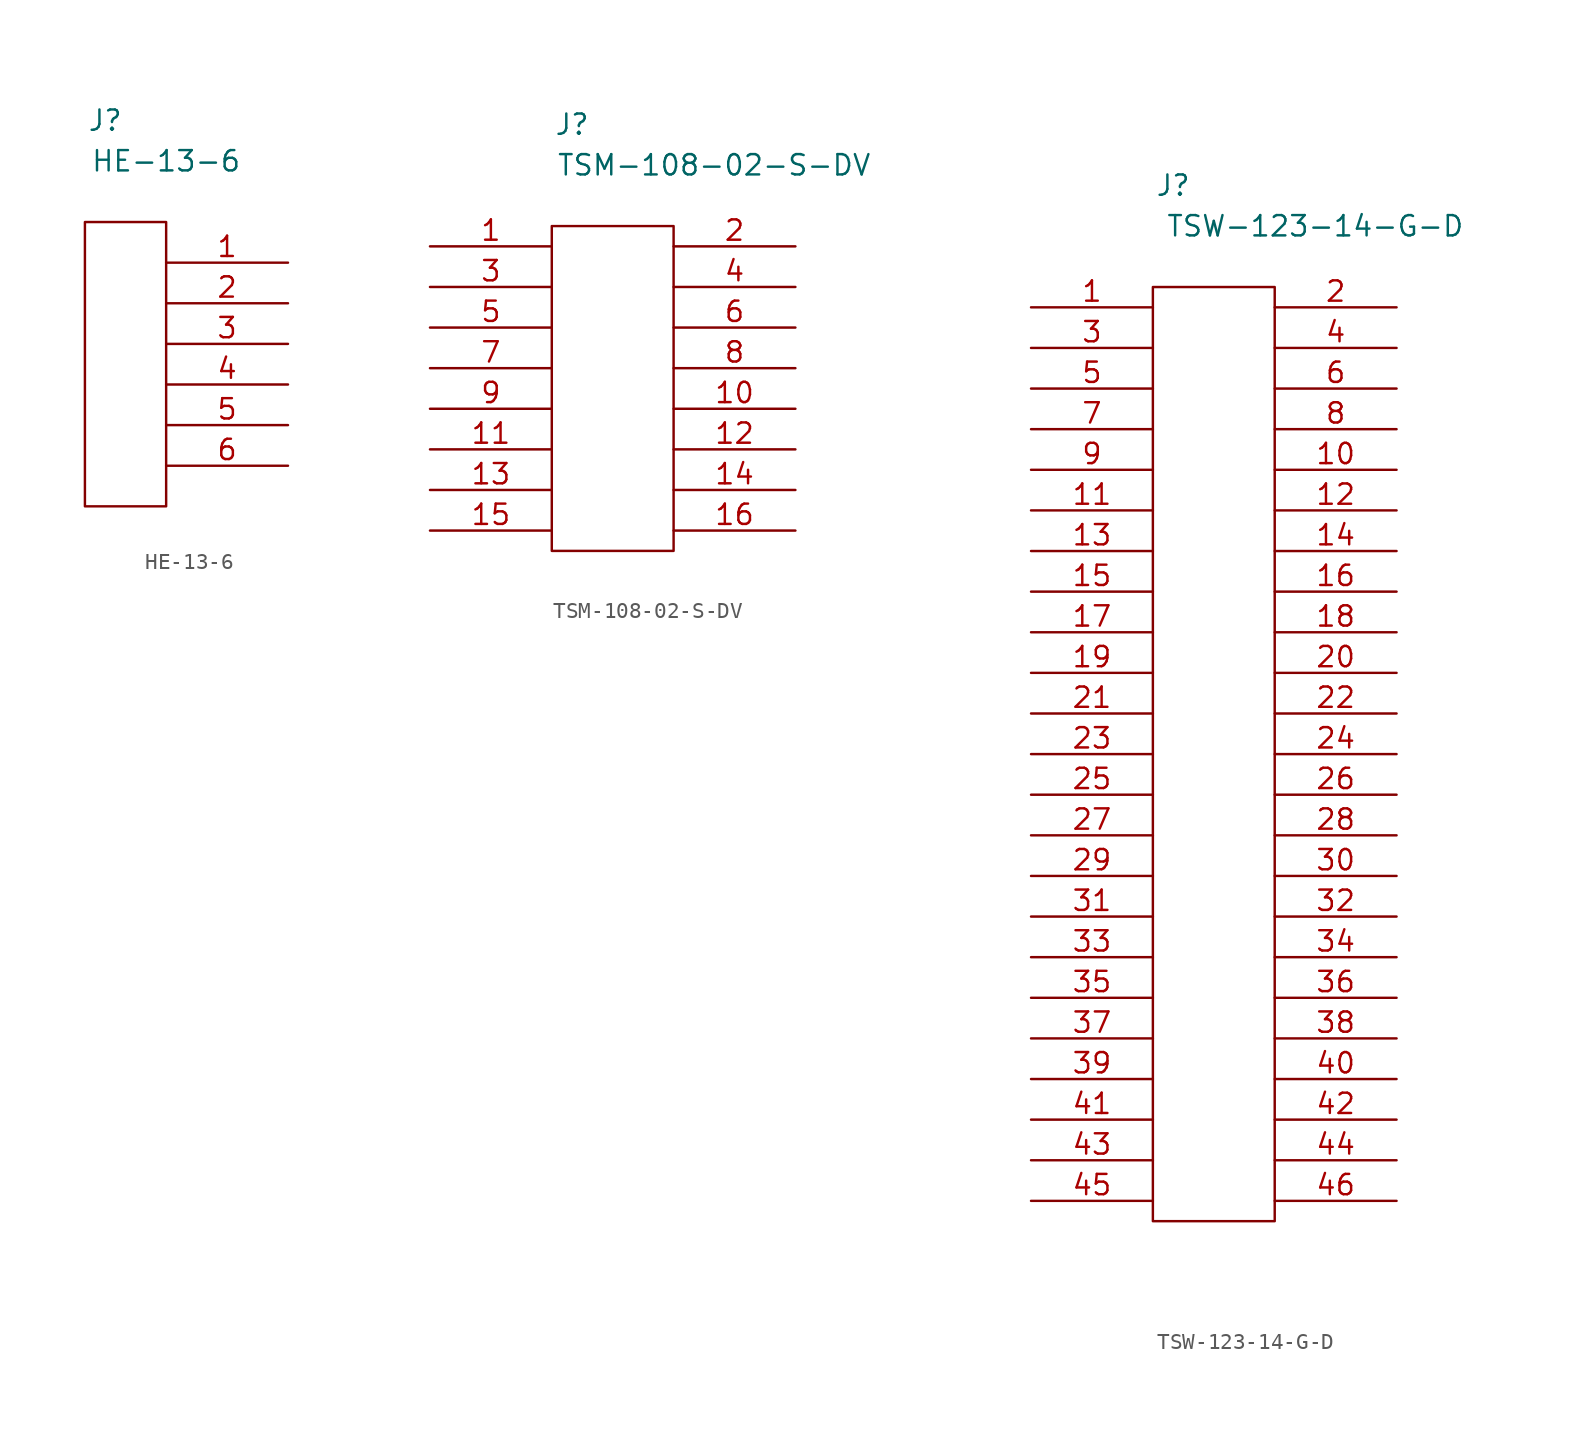
<source format=kicad_sym>
(kicad_symbol_lib
  (version 20230620)
  (generator kicad_symbol_editor)
  (symbol "HE-13-6"
    (pin_names
      (offset 1.016) hide)
    (property "Reference" "J"
      (at -11.43 8.89 0)
      (effects (font (size 1.27 1.27))))
    (property "Value" "HE-13-6"
      (at -7.62 6.35 0)
      (effects (font (size 1.27 1.27))))
    (property "Datasheet" ""
      (at 0 0 0)
      (effects (font (size 1.27 1.27))))
    (symbol "HE-13-6_0_1"
      (rectangle (start -7.62 2.54) (end -12.7 -15.24) (stroke (width 0) (type default)) (fill (type none))))
    (symbol "HE-13-6_1_1"
      (pin passive line (at 0 0 180) (length 7.62) (name "1" (effects (font (size 1.27 1.27)))) (number "1" (effects (font (size 1.27 1.27)))))
      (pin passive line (at 0 -2.54 180) (length 7.62) (name "2" (effects (font (size 1.27 1.27)))) (number "2" (effects (font (size 1.27 1.27)))))
      (pin passive line (at 0 -5.08 180) (length 7.62) (name "3" (effects (font (size 1.27 1.27)))) (number "3" (effects (font (size 1.27 1.27)))))
      (pin passive line (at 0 -7.62 180) (length 7.62) (name "4" (effects (font (size 1.27 1.27)))) (number "4" (effects (font (size 1.27 1.27)))))
      (pin passive line (at 0 -10.16 180) (length 7.62) (name "5" (effects (font (size 1.27 1.27)))) (number "5" (effects (font (size 1.27 1.27)))))
      (pin passive line (at 0 -12.7 180) (length 7.62) (name "6" (effects (font (size 1.27 1.27)))) (number "6" (effects (font (size 1.27 1.27)))))))
  (symbol "TSM-108-02-S-DV"
    (pin_names
      (offset 1.016) hide)
    (property "Reference" "J"
      (at 8.89 7.62 0)
      (effects (font (size 1.27 1.27))))
    (property "Value" "TSM-108-02-S-DV"
      (at 17.78 5.08 0)
      (effects (font (size 1.27 1.27))))
    (property "Datasheet" ""
      (at 0 0 0)
      (effects (font (size 1.27 1.27))))
    (symbol "TSM-108-02-S-DV_0_1"
      (rectangle (start 7.62 1.27) (end 15.24 -19.05) (stroke (width 0) (type default)) (fill (type none))))
    (symbol "TSM-108-02-S-DV_1_1"
      (pin passive line (at 0 0 0) (length 7.62) (name "1" (effects (font (size 1.27 1.27)))) (number "1" (effects (font (size 1.27 1.27)))))
      (pin passive line (at 22.86 -10.16 180) (length 7.62) (name "10" (effects (font (size 1.27 1.27)))) (number "10" (effects (font (size 1.27 1.27)))))
      (pin passive line (at 0 -12.7 0) (length 7.62) (name "11" (effects (font (size 1.27 1.27)))) (number "11" (effects (font (size 1.27 1.27)))))
      (pin passive line (at 22.86 -12.7 180) (length 7.62) (name "12" (effects (font (size 1.27 1.27)))) (number "12" (effects (font (size 1.27 1.27)))))
      (pin passive line (at 0 -15.24 0) (length 7.62) (name "13" (effects (font (size 1.27 1.27)))) (number "13" (effects (font (size 1.27 1.27)))))
      (pin passive line (at 22.86 -15.24 180) (length 7.62) (name "14" (effects (font (size 1.27 1.27)))) (number "14" (effects (font (size 1.27 1.27)))))
      (pin passive line (at 0 -17.78 0) (length 7.62) (name "15" (effects (font (size 1.27 1.27)))) (number "15" (effects (font (size 1.27 1.27)))))
      (pin passive line (at 22.86 -17.78 180) (length 7.62) (name "16" (effects (font (size 1.27 1.27)))) (number "16" (effects (font (size 1.27 1.27)))))
      (pin passive line (at 22.86 0 180) (length 7.62) (name "2" (effects (font (size 1.27 1.27)))) (number "2" (effects (font (size 1.27 1.27)))))
      (pin passive line (at 0 -2.54 0) (length 7.62) (name "3" (effects (font (size 1.27 1.27)))) (number "3" (effects (font (size 1.27 1.27)))))
      (pin passive line (at 22.86 -2.54 180) (length 7.62) (name "4" (effects (font (size 1.27 1.27)))) (number "4" (effects (font (size 1.27 1.27)))))
      (pin passive line (at 0 -5.08 0) (length 7.62) (name "5" (effects (font (size 1.27 1.27)))) (number "5" (effects (font (size 1.27 1.27)))))
      (pin passive line (at 22.86 -5.08 180) (length 7.62) (name "6" (effects (font (size 1.27 1.27)))) (number "6" (effects (font (size 1.27 1.27)))))
      (pin passive line (at 0 -7.62 0) (length 7.62) (name "7" (effects (font (size 1.27 1.27)))) (number "7" (effects (font (size 1.27 1.27)))))
      (pin passive line (at 22.86 -7.62 180) (length 7.62) (name "8" (effects (font (size 1.27 1.27)))) (number "8" (effects (font (size 1.27 1.27)))))
      (pin passive line (at 0 -10.16 0) (length 7.62) (name "9" (effects (font (size 1.27 1.27)))) (number "9" (effects (font (size 1.27 1.27)))))))
  (symbol "TSW-123-14-G-D"
    (pin_names
      (offset 1.016) hide)
    (property "Reference" "J"
      (at 8.89 7.62 0)
      (effects (font (size 1.27 1.27))))
    (property "Value" "TSW-123-14-G-D"
      (at 17.78 5.08 0)
      (effects (font (size 1.27 1.27))))
    (property "Datasheet" ""
      (at 0 0 0)
      (effects (font (size 1.27 1.27))))
    (symbol "TSW-123-14-G-D_0_1"
      (rectangle (start 7.62 1.27) (end 15.24 -57.15) (stroke (width 0) (type default)) (fill (type none))))
    (symbol "TSW-123-14-G-D_1_1"
      (pin passive line (at 0 0 0) (length 7.62) (name "1" (effects (font (size 1.27 1.27)))) (number "1" (effects (font (size 1.27 1.27)))))
      (pin passive line (at 22.86 -10.16 180) (length 7.62) (name "10" (effects (font (size 1.27 1.27)))) (number "10" (effects (font (size 1.27 1.27)))))
      (pin passive line (at 0 -12.7 0) (length 7.62) (name "11" (effects (font (size 1.27 1.27)))) (number "11" (effects (font (size 1.27 1.27)))))
      (pin passive line (at 22.86 -12.7 180) (length 7.62) (name "12" (effects (font (size 1.27 1.27)))) (number "12" (effects (font (size 1.27 1.27)))))
      (pin passive line (at 0 -15.24 0) (length 7.62) (name "13" (effects (font (size 1.27 1.27)))) (number "13" (effects (font (size 1.27 1.27)))))
      (pin passive line (at 22.86 -15.24 180) (length 7.62) (name "14" (effects (font (size 1.27 1.27)))) (number "14" (effects (font (size 1.27 1.27)))))
      (pin passive line (at 0 -17.78 0) (length 7.62) (name "15" (effects (font (size 1.27 1.27)))) (number "15" (effects (font (size 1.27 1.27)))))
      (pin passive line (at 22.86 -17.78 180) (length 7.62) (name "16" (effects (font (size 1.27 1.27)))) (number "16" (effects (font (size 1.27 1.27)))))
      (pin passive line (at 0 -20.32 0) (length 7.62) (name "17" (effects (font (size 1.27 1.27)))) (number "17" (effects (font (size 1.27 1.27)))))
      (pin passive line (at 22.86 -20.32 180) (length 7.62) (name "18" (effects (font (size 1.27 1.27)))) (number "18" (effects (font (size 1.27 1.27)))))
      (pin passive line (at 0 -22.86 0) (length 7.62) (name "19" (effects (font (size 1.27 1.27)))) (number "19" (effects (font (size 1.27 1.27)))))
      (pin passive line (at 22.86 0 180) (length 7.62) (name "2" (effects (font (size 1.27 1.27)))) (number "2" (effects (font (size 1.27 1.27)))))
      (pin passive line (at 22.86 -22.86 180) (length 7.62) (name "20" (effects (font (size 1.27 1.27)))) (number "20" (effects (font (size 1.27 1.27)))))
      (pin passive line (at 0 -25.4 0) (length 7.62) (name "21" (effects (font (size 1.27 1.27)))) (number "21" (effects (font (size 1.27 1.27)))))
      (pin passive line (at 22.86 -25.4 180) (length 7.62) (name "22" (effects (font (size 1.27 1.27)))) (number "22" (effects (font (size 1.27 1.27)))))
      (pin passive line (at 0 -27.94 0) (length 7.62) (name "23" (effects (font (size 1.27 1.27)))) (number "23" (effects (font (size 1.27 1.27)))))
      (pin passive line (at 22.86 -27.94 180) (length 7.62) (name "24" (effects (font (size 1.27 1.27)))) (number "24" (effects (font (size 1.27 1.27)))))
      (pin passive line (at 0 -30.48 0) (length 7.62) (name "25" (effects (font (size 1.27 1.27)))) (number "25" (effects (font (size 1.27 1.27)))))
      (pin passive line (at 22.86 -30.48 180) (length 7.62) (name "26" (effects (font (size 1.27 1.27)))) (number "26" (effects (font (size 1.27 1.27)))))
      (pin passive line (at 0 -33.02 0) (length 7.62) (name "27" (effects (font (size 1.27 1.27)))) (number "27" (effects (font (size 1.27 1.27)))))
      (pin passive line (at 22.86 -33.02 180) (length 7.62) (name "28" (effects (font (size 1.27 1.27)))) (number "28" (effects (font (size 1.27 1.27)))))
      (pin passive line (at 0 -35.56 0) (length 7.62) (name "29" (effects (font (size 1.27 1.27)))) (number "29" (effects (font (size 1.27 1.27)))))
      (pin passive line (at 0 -2.54 0) (length 7.62) (name "3" (effects (font (size 1.27 1.27)))) (number "3" (effects (font (size 1.27 1.27)))))
      (pin passive line (at 22.86 -35.56 180) (length 7.62) (name "30" (effects (font (size 1.27 1.27)))) (number "30" (effects (font (size 1.27 1.27)))))
      (pin passive line (at 0 -38.1 0) (length 7.62) (name "31" (effects (font (size 1.27 1.27)))) (number "31" (effects (font (size 1.27 1.27)))))
      (pin passive line (at 22.86 -38.1 180) (length 7.62) (name "32" (effects (font (size 1.27 1.27)))) (number "32" (effects (font (size 1.27 1.27)))))
      (pin passive line (at 0 -40.64 0) (length 7.62) (name "33" (effects (font (size 1.27 1.27)))) (number "33" (effects (font (size 1.27 1.27)))))
      (pin passive line (at 22.86 -40.64 180) (length 7.62) (name "34" (effects (font (size 1.27 1.27)))) (number "34" (effects (font (size 1.27 1.27)))))
      (pin passive line (at 0 -43.18 0) (length 7.62) (name "35" (effects (font (size 1.27 1.27)))) (number "35" (effects (font (size 1.27 1.27)))))
      (pin passive line (at 22.86 -43.18 180) (length 7.62) (name "36" (effects (font (size 1.27 1.27)))) (number "36" (effects (font (size 1.27 1.27)))))
      (pin passive line (at 0 -45.72 0) (length 7.62) (name "37" (effects (font (size 1.27 1.27)))) (number "37" (effects (font (size 1.27 1.27)))))
      (pin passive line (at 22.86 -45.72 180) (length 7.62) (name "38" (effects (font (size 1.27 1.27)))) (number "38" (effects (font (size 1.27 1.27)))))
      (pin passive line (at 0 -48.26 0) (length 7.62) (name "39" (effects (font (size 1.27 1.27)))) (number "39" (effects (font (size 1.27 1.27)))))
      (pin passive line (at 22.86 -2.54 180) (length 7.62) (name "4" (effects (font (size 1.27 1.27)))) (number "4" (effects (font (size 1.27 1.27)))))
      (pin passive line (at 22.86 -48.26 180) (length 7.62) (name "40" (effects (font (size 1.27 1.27)))) (number "40" (effects (font (size 1.27 1.27)))))
      (pin passive line (at 0 -50.8 0) (length 7.62) (name "41" (effects (font (size 1.27 1.27)))) (number "41" (effects (font (size 1.27 1.27)))))
      (pin passive line (at 22.86 -50.8 180) (length 7.62) (name "42" (effects (font (size 1.27 1.27)))) (number "42" (effects (font (size 1.27 1.27)))))
      (pin passive line (at 0 -53.34 0) (length 7.62) (name "43" (effects (font (size 1.27 1.27)))) (number "43" (effects (font (size 1.27 1.27)))))
      (pin passive line (at 22.86 -53.34 180) (length 7.62) (name "44" (effects (font (size 1.27 1.27)))) (number "44" (effects (font (size 1.27 1.27)))))
      (pin passive line (at 0 -55.88 0) (length 7.62) (name "45" (effects (font (size 1.27 1.27)))) (number "45" (effects (font (size 1.27 1.27)))))
      (pin passive line (at 22.86 -55.88 180) (length 7.62) (name "46" (effects (font (size 1.27 1.27)))) (number "46" (effects (font (size 1.27 1.27)))))
      (pin passive line (at 0 -5.08 0) (length 7.62) (name "5" (effects (font (size 1.27 1.27)))) (number "5" (effects (font (size 1.27 1.27)))))
      (pin passive line (at 22.86 -5.08 180) (length 7.62) (name "6" (effects (font (size 1.27 1.27)))) (number "6" (effects (font (size 1.27 1.27)))))
      (pin passive line (at 0 -7.62 0) (length 7.62) (name "7" (effects (font (size 1.27 1.27)))) (number "7" (effects (font (size 1.27 1.27)))))
      (pin passive line (at 22.86 -7.62 180) (length 7.62) (name "8" (effects (font (size 1.27 1.27)))) (number "8" (effects (font (size 1.27 1.27)))))
      (pin passive line (at 0 -10.16 0) (length 7.62) (name "9" (effects (font (size 1.27 1.27)))) (number "9" (effects (font (size 1.27 1.27))))))))
</source>
